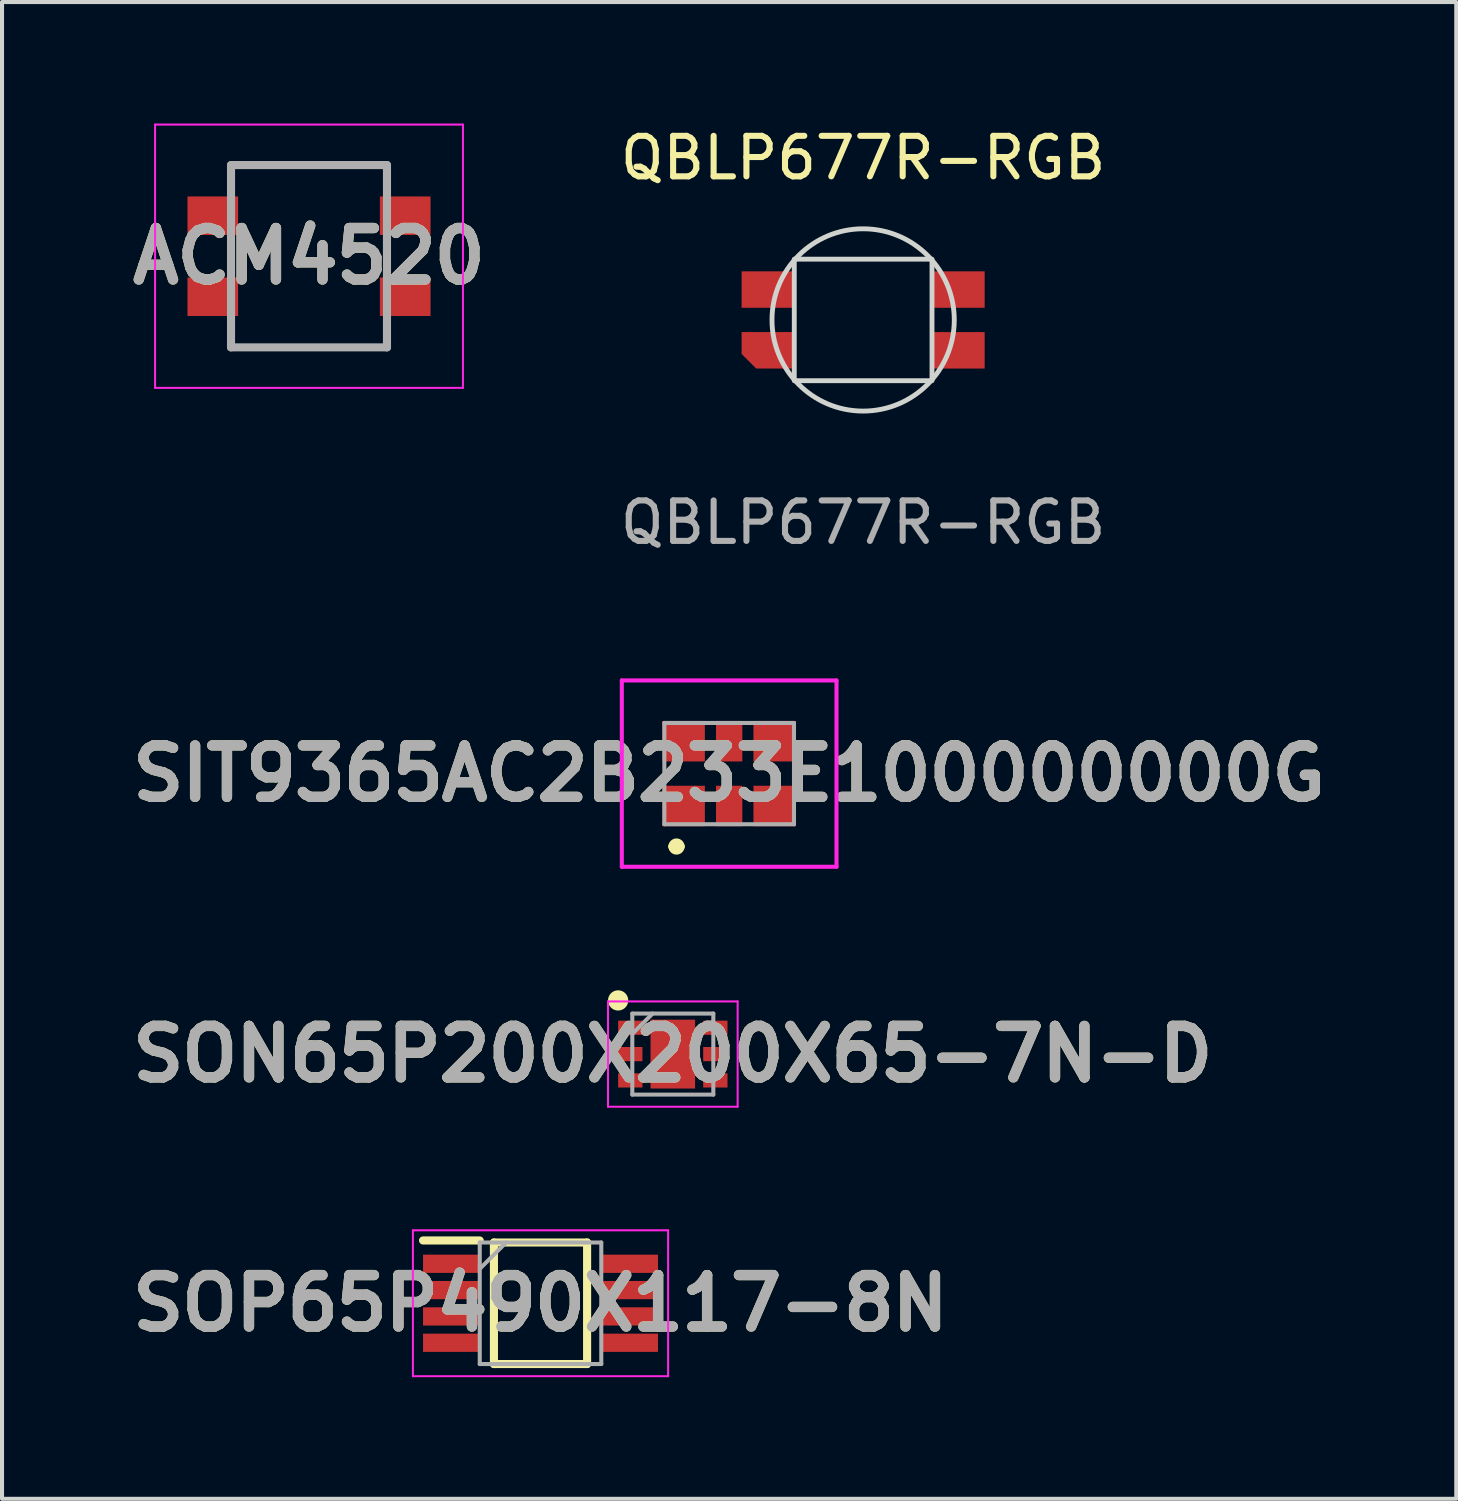
<source format=kicad_pcb>
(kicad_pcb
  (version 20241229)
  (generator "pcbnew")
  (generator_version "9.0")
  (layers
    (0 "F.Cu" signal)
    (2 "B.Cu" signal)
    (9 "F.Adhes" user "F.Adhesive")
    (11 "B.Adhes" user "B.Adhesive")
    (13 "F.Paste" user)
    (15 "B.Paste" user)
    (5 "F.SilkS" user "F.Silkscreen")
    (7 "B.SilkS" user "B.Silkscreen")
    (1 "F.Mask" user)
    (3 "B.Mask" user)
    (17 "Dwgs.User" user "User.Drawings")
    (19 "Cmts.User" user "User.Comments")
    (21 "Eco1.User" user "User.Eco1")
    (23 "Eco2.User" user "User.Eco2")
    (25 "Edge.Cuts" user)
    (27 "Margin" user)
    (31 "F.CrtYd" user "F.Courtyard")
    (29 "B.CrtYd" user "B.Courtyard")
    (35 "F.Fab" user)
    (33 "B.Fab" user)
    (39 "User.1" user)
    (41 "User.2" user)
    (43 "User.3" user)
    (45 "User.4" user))
  (footprint "SON65P200X200X65-7N-D"
    (layer "F.Cu")
    (at 13.559 22.971)
    (property "Reference" "SON65P200X200X65-7N-D" (at 0 0 0) (layer "F.SilkS") (effects (font (size 1.27 1.27) (thickness 0.254))))
    (attr smd)
    (fp_circle (center -1.35 -1.325) (end -1.35 -1.2) (stroke (width 0.25) (type solid)) (fill no) (layer "F.SilkS"))
    (fp_line (start -1.6 -1.3) (end 1.6 -1.3) (stroke (width 0.05) (type solid)) (layer "F.CrtYd"))
    (fp_line (start -1.6 1.3) (end -1.6 -1.3) (stroke (width 0.05) (type solid)) (layer "F.CrtYd"))
    (fp_line (start 1.6 -1.3) (end 1.6 1.3) (stroke (width 0.05) (type solid)) (layer "F.CrtYd"))
    (fp_line (start 1.6 1.3) (end -1.6 1.3) (stroke (width 0.05) (type solid)) (layer "F.CrtYd"))
    (fp_line (start -1 -1) (end 1 -1) (stroke (width 0.1) (type solid)) (layer "F.Fab"))
    (fp_line (start -1 -0.5) (end -0.5 -1) (stroke (width 0.1) (type solid)) (layer "F.Fab"))
    (fp_line (start -1 1) (end -1 -1) (stroke (width 0.1) (type solid)) (layer "F.Fab"))
    (fp_line (start 1 -1) (end 1 1) (stroke (width 0.1) (type solid)) (layer "F.Fab"))
    (fp_line (start 1 1) (end -1 1) (stroke (width 0.1) (type solid)) (layer "F.Fab"))
    (fp_text user "${REFERENCE}" (at 0 0 0) (layer "F.Fab") (effects (font (size 1.27 1.27) (thickness 0.254))))
    (pad "1" smd rect (at -1.05 -0.65 90) (size 0.35 0.6) (layers "F.Cu" "F.Mask" "F.Paste"))
    (pad "2" smd rect (at -1.05 0 90) (size 0.35 0.6) (layers "F.Cu" "F.Mask" "F.Paste"))
    (pad "3" smd rect (at -1.05 0.65 90) (size 0.35 0.6) (layers "F.Cu" "F.Mask" "F.Paste"))
    (pad "4" smd rect (at 1.05 0.65 90) (size 0.35 0.6) (layers "F.Cu" "F.Mask" "F.Paste"))
    (pad "5" smd rect (at 1.05 0 90) (size 0.35 0.6) (layers "F.Cu" "F.Mask" "F.Paste"))
    (pad "6" smd rect (at 1.05 -0.65 90) (size 0.35 0.6) (layers "F.Cu" "F.Mask" "F.Paste"))
    (pad "7" smd rect (at 0 0) (size 1.1 1.7) (layers "F.Cu" "F.Mask" "F.Paste")))
  (footprint "SIT9365AC2B233E100000000G"
    (layer "F.Cu")
    (at 14.95 16.047)
    (property "Reference" "SIT9365AC2B233E100000000G" (at 0 0 0) (layer "F.SilkS") (effects (font (size 1.27 1.27) (thickness 0.254))))
    (attr smd)
    (fp_line (start -1.4 1.8) (end -1.4 1.8) (stroke (width 0.2) (type solid)) (layer "F.SilkS"))
    (fp_line (start -1.2 1.8) (end -1.2 1.8) (stroke (width 0.2) (type solid)) (layer "F.SilkS"))
    (fp_arc (start -1.4 1.8) (mid -1.3 1.7) (end -1.2 1.8) (stroke (width 0.2) (type solid)) (layer "F.SilkS"))
    (fp_arc (start -1.2 1.8) (mid -1.3 1.9) (end -1.4 1.8) (stroke (width 0.2) (type solid)) (layer "F.SilkS"))
    (fp_line (start -2.65 -2.3) (end 2.65 -2.3) (stroke (width 0.1) (type solid)) (layer "F.CrtYd"))
    (fp_line (start -2.65 2.3) (end -2.65 -2.3) (stroke (width 0.1) (type solid)) (layer "F.CrtYd"))
    (fp_line (start 2.65 -2.3) (end 2.65 2.3) (stroke (width 0.1) (type solid)) (layer "F.CrtYd"))
    (fp_line (start 2.65 2.3) (end -2.65 2.3) (stroke (width 0.1) (type solid)) (layer "F.CrtYd"))
    (fp_line (start -1.6 -1.25) (end 1.6 -1.25) (stroke (width 0.1) (type solid)) (layer "F.Fab"))
    (fp_line (start -1.6 1.25) (end -1.6 -1.25) (stroke (width 0.1) (type solid)) (layer "F.Fab"))
    (fp_line (start 1.6 -1.25) (end 1.6 1.25) (stroke (width 0.1) (type solid)) (layer "F.Fab"))
    (fp_line (start 1.6 1.25) (end -1.6 1.25) (stroke (width 0.1) (type solid)) (layer "F.Fab"))
    (fp_text user "${REFERENCE}" (at 0 0 0) (layer "F.Fab") (effects (font (size 1.27 1.27) (thickness 0.254))))
    (pad "1" smd rect (at -1.125 0.8 90) (size 1 1.05) (layers "F.Cu" "F.Mask" "F.Paste"))
    (pad "2" smd rect (at 0 0.8) (size 0.65 1) (layers "F.Cu" "F.Mask" "F.Paste"))
    (pad "3" smd rect (at 1.125 0.8 90) (size 1 1.05) (layers "F.Cu" "F.Mask" "F.Paste"))
    (pad "4" smd rect (at 1.125 -0.8 90) (size 1 1.05) (layers "F.Cu" "F.Mask" "F.Paste"))
    (pad "5" smd rect (at 0 -0.8) (size 0.65 1) (layers "F.Cu" "F.Mask" "F.Paste"))
    (pad "6" smd rect (at -1.125 -0.8 90) (size 1 1.05) (layers "F.Cu" "F.Mask" "F.Paste")))
  (footprint "QBLP677R-RGB"
    (layer "F.Cu")
    (at 18.257 4.848)
    (property "Reference" "QBLP677R-RGB" (at 0 -4 0) (unlocked yes) (layer "F.SilkS") (effects (font (size 1 1) (thickness 0.15))))
    (attr smd)
    (fp_rect (start -1.7 -1.5) (end 1.7 1.5) (stroke (width 0.12) (type solid)) (fill no) (layer "Edge.Cuts"))
    (fp_circle (center 0 0) (end 2.25 0) (stroke (width 0.12) (type solid)) (fill no) (layer "Edge.Cuts"))
    (fp_text user "${REFERENCE}" (at 0 5 0) (unlocked yes) (layer "F.Fab") (effects (font (size 1 1) (thickness 0.15))))
    (pad "1" smd roundrect (at -2.35 0.75) (size 1.3 0.9) (layers "F.Cu" "F.Mask" "F.Paste") (roundrect_rratio 0) (chamfer_ratio 0.4) (chamfer bottom_left))
    (pad "2" smd rect (at 2.35 0.75) (size 1.3 0.9) (layers "F.Cu" "F.Mask" "F.Paste"))
    (pad "3" smd rect (at 2.35 -0.75) (size 1.3 0.9) (layers "F.Cu" "F.Mask" "F.Paste"))
    (pad "4" smd rect (at -2.35 -0.75) (size 1.3 0.9) (layers "F.Cu" "F.Mask" "F.Paste")))
  (footprint "ACM4520"
    (layer "F.Cu")
    (at 4.578 3.275)
    (property "Reference" "ACM4520" (at 0 0 0) (layer "F.SilkS") (effects (font (size 1.27 1.27) (thickness 0.254))))
    (attr smd)
    (fp_line (start -3.8 -3.25) (end 3.8 -3.25) (stroke (width 0.05) (type solid)) (layer "F.CrtYd"))
    (fp_line (start -3.8 3.25) (end -3.8 -3.25) (stroke (width 0.05) (type solid)) (layer "F.CrtYd"))
    (fp_line (start 3.8 -3.25) (end 3.8 3.25) (stroke (width 0.05) (type solid)) (layer "F.CrtYd"))
    (fp_line (start 3.8 3.25) (end -3.8 3.25) (stroke (width 0.05) (type solid)) (layer "F.CrtYd"))
    (fp_line (start -1.925 -2.25) (end 1.925 -2.25) (stroke (width 0.2) (type solid)) (layer "F.Fab"))
    (fp_line (start -1.925 2.25) (end -1.925 -2.25) (stroke (width 0.2) (type solid)) (layer "F.Fab"))
    (fp_line (start 1.925 -2.25) (end 1.925 2.25) (stroke (width 0.2) (type solid)) (layer "F.Fab"))
    (fp_line (start 1.925 2.25) (end -1.925 2.25) (stroke (width 0.2) (type solid)) (layer "F.Fab"))
    (fp_text user "${REFERENCE}" (at 0 0 0) (layer "F.Fab") (effects (font (size 1.27 1.27) (thickness 0.254))))
    (pad "1" smd rect (at -2.375 1 90) (size 0.95 1.25) (layers "F.Cu" "F.Mask" "F.Paste"))
    (pad "2" smd rect (at 2.375 1 90) (size 0.95 1.25) (layers "F.Cu" "F.Mask" "F.Paste"))
    (pad "3" smd rect (at 2.375 -1 90) (size 0.95 1.25) (layers "F.Cu" "F.Mask" "F.Paste"))
    (pad "4" smd rect (at -2.375 -1 90) (size 0.95 1.25) (layers "F.Cu" "F.Mask" "F.Paste")))
  (footprint "SOP65P490X117-8N"
    (layer "F.Cu")
    (at 10.293 29.122)
    (property "Reference" "SOP65P490X117-8N" (at 0 0 0) (layer "F.SilkS") (effects (font (size 1.27 1.27) (thickness 0.254))))
    (attr smd)
    (fp_line (start -2.9 -1.55) (end -1.5 -1.55) (stroke (width 0.2) (type solid)) (layer "F.SilkS"))
    (fp_line (start -1.15 -1.5) (end 1.15 -1.5) (stroke (width 0.2) (type solid)) (layer "F.SilkS"))
    (fp_line (start -1.15 1.5) (end -1.15 -1.5) (stroke (width 0.2) (type solid)) (layer "F.SilkS"))
    (fp_line (start 1.15 -1.5) (end 1.15 1.5) (stroke (width 0.2) (type solid)) (layer "F.SilkS"))
    (fp_line (start 1.15 1.5) (end -1.15 1.5) (stroke (width 0.2) (type solid)) (layer "F.SilkS"))
    (fp_line (start -3.15 -1.801) (end 3.15 -1.801) (stroke (width 0.05) (type solid)) (layer "F.CrtYd"))
    (fp_line (start -3.15 1.801) (end -3.15 -1.801) (stroke (width 0.05) (type solid)) (layer "F.CrtYd"))
    (fp_line (start 3.15 -1.801) (end 3.15 1.801) (stroke (width 0.05) (type solid)) (layer "F.CrtYd"))
    (fp_line (start 3.15 1.801) (end -3.15 1.801) (stroke (width 0.05) (type solid)) (layer "F.CrtYd"))
    (fp_line (start -1.5 -1.5) (end 1.5 -1.5) (stroke (width 0.1) (type solid)) (layer "F.Fab"))
    (fp_line (start -1.5 -0.85) (end -0.85 -1.5) (stroke (width 0.1) (type solid)) (layer "F.Fab"))
    (fp_line (start -1.5 1.5) (end -1.5 -1.5) (stroke (width 0.1) (type solid)) (layer "F.Fab"))
    (fp_line (start 1.5 -1.5) (end 1.5 1.5) (stroke (width 0.1) (type solid)) (layer "F.Fab"))
    (fp_line (start 1.5 1.5) (end -1.5 1.5) (stroke (width 0.1) (type solid)) (layer "F.Fab"))
    (fp_text user "${REFERENCE}" (at 0 0 0) (layer "F.Fab") (effects (font (size 1.27 1.27) (thickness 0.254))))
    (pad "1" smd rect (at -2.2 -0.975 90) (size 0.45 1.4) (layers "F.Cu" "F.Mask" "F.Paste"))
    (pad "2" smd rect (at -2.2 -0.325 90) (size 0.45 1.4) (layers "F.Cu" "F.Mask" "F.Paste"))
    (pad "3" smd rect (at -2.2 0.325 90) (size 0.45 1.4) (layers "F.Cu" "F.Mask" "F.Paste"))
    (pad "4" smd rect (at -2.2 0.975 90) (size 0.45 1.4) (layers "F.Cu" "F.Mask" "F.Paste"))
    (pad "5" smd rect (at 2.2 0.975 90) (size 0.45 1.4) (layers "F.Cu" "F.Mask" "F.Paste"))
    (pad "6" smd rect (at 2.2 0.325 90) (size 0.45 1.4) (layers "F.Cu" "F.Mask" "F.Paste"))
    (pad "7" smd rect (at 2.2 -0.325 90) (size 0.45 1.4) (layers "F.Cu" "F.Mask" "F.Paste"))
    (pad "8" smd rect (at 2.2 -0.975 90) (size 0.45 1.4) (layers "F.Cu" "F.Mask" "F.Paste")))
  (gr_rect
    (start -3 -3)
    (end 32.899 33.949)
    (stroke (width 0.1) (type default))
    (fill no)
    (layer "Edge.Cuts")))
</source>
